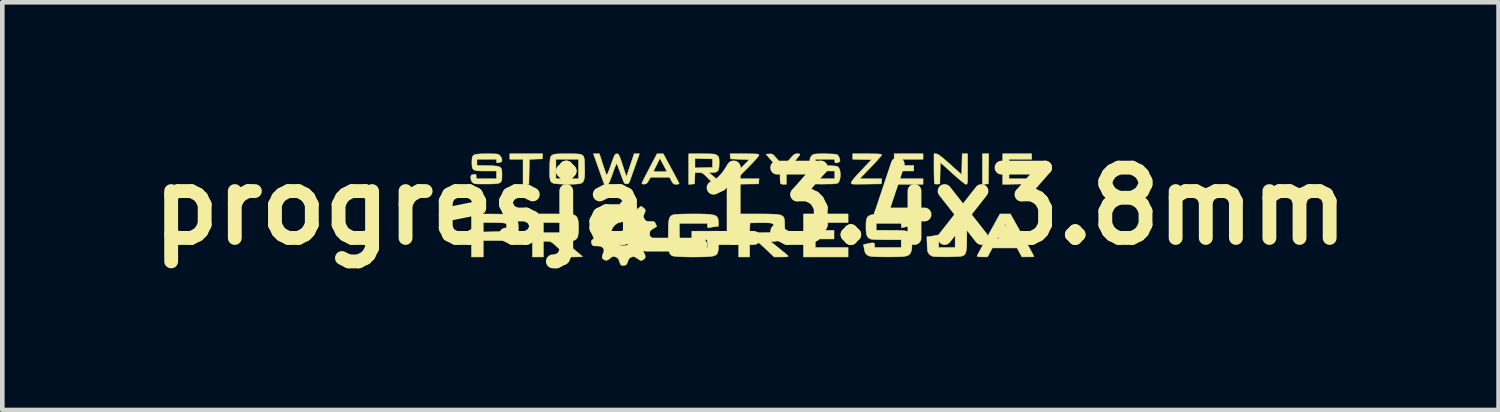
<source format=kicad_pcb>
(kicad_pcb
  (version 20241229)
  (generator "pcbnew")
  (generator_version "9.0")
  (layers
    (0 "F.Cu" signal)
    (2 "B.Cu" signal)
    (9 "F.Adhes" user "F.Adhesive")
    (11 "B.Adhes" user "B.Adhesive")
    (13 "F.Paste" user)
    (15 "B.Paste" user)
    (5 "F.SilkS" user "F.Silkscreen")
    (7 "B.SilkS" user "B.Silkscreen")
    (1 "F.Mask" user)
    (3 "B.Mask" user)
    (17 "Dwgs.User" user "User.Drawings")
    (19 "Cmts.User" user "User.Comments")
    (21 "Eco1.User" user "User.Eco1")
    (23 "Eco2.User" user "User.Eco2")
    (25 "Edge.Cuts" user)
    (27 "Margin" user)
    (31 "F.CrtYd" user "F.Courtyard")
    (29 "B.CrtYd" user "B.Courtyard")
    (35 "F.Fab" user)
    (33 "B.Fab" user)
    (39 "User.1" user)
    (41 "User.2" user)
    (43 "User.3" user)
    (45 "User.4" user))
  (footprint "progresja_13.4x3.8mm"
    (layer "F.Cu")
    (at 13.215 1.418)
    (property "Reference" "progresja_13.4x3.8mm" (at 0 0 0) (layer "F.SilkS") (effects (font (size 1.524 1.524) (thickness 0.3))))
    (attr through_hole)
    (fp_poly (pts (xy 5.161 -0.809) (xy 5.156 -0.483) (xy 5.093 -0.477) (xy 5.029 -0.472) (xy 5.029 -1.135) (xy 5.165 -1.135) (xy 5.161 -0.809)) (stroke (width 0.01) (type solid)) (fill yes) (layer "F.SilkS"))
    (fp_poly (pts (xy -4.513 -1.024) (xy -4.652 -1.02) (xy -4.791 -1.015) (xy -4.801 -0.483) (xy -4.864 -0.477) (xy -4.928 -0.472) (xy -4.928 -1.016) (xy -5.215 -1.016) (xy -5.215 -1.135) (xy -4.502 -1.135) (xy -4.513 -1.024)) (stroke (width 0.01) (type solid)) (fill yes) (layer "F.SilkS"))
    (fp_poly (pts (xy 2.117 0.356) (xy 1.405 0.356) (xy 1.405 0.525) (xy 1.812 0.525) (xy 1.812 0.711) (xy 1.405 0.711) (xy 1.405 0.897) (xy 2.117 0.897) (xy 2.117 1.101) (xy 1.151 1.101) (xy 1.151 0.169) (xy 2.117 0.169) (xy 2.117 0.356)) (stroke (width 0.01) (type solid)) (fill yes) (layer "F.SilkS"))
    (fp_poly (pts (xy 3.742 -1.016) (xy 3.234 -1.016) (xy 3.234 -0.881) (xy 3.539 -0.881) (xy 3.539 -0.762) (xy 3.234 -0.762) (xy 3.234 -0.593) (xy 3.742 -0.593) (xy 3.742 -0.474) (xy 3.116 -0.474) (xy 3.116 -1.135) (xy 3.742 -1.135) (xy 3.742 -1.016)) (stroke (width 0.01) (type solid)) (fill yes) (layer "F.SilkS"))
    (fp_poly (pts (xy 6.096 -1.016) (xy 5.605 -1.016) (xy 5.605 -0.881) (xy 5.91 -0.881) (xy 5.91 -0.762) (xy 5.605 -0.762) (xy 5.605 -0.593) (xy 6.115 -0.593) (xy 6.104 -0.483) (xy 5.469 -0.473) (xy 5.469 -1.135) (xy 6.096 -1.135) (xy 6.096 -1.016)) (stroke (width 0.01) (type solid)) (fill yes) (layer "F.SilkS"))
    (fp_poly (pts (xy -0.017 -1.134) (xy 0.064 -1.133) (xy 0.12 -1.131) (xy 0.156 -1.127) (xy 0.176 -1.122) (xy 0.185 -1.114) (xy 0.186 -1.105) (xy 0.175 -1.085) (xy 0.143 -1.045) (xy 0.094 -0.989) (xy 0.031 -0.922) (xy -0.041 -0.848) (xy -0.055 -0.834) (xy -0.296 -0.593) (xy 0.188 -0.593) (xy 0.178 -0.483) (xy -0.148 -0.478) (xy -0.261 -0.476) (xy -0.344 -0.476) (xy -0.402 -0.477) (xy -0.439 -0.479) (xy -0.461 -0.484) (xy -0.471 -0.492) (xy -0.474 -0.503) (xy -0.474 -0.511) (xy -0.462 -0.539) (xy -0.424 -0.589) (xy -0.36 -0.661) (xy -0.272 -0.755) (xy -0.25 -0.778) (xy -0.025 -1.008) (xy -0.432 -1.024) (xy -0.437 -1.079) (xy -0.442 -1.135) (xy -0.128 -1.135) (xy -0.017 -1.134)) (stroke (width 0.01) (type solid)) (fill yes) (layer "F.SilkS"))
    (fp_poly (pts (xy 2.645 -1.134) (xy 2.729 -1.133) (xy 2.787 -1.13) (xy 2.823 -1.125) (xy 2.841 -1.119) (xy 2.845 -1.112) (xy 2.834 -1.093) (xy 2.802 -1.054) (xy 2.754 -0.999) (xy 2.693 -0.932) (xy 2.622 -0.857) (xy 2.606 -0.841) (xy 2.368 -0.593) (xy 2.847 -0.593) (xy 2.842 -0.538) (xy 2.836 -0.483) (xy 2.51 -0.478) (xy 2.398 -0.477) (xy 2.315 -0.476) (xy 2.257 -0.477) (xy 2.219 -0.479) (xy 2.197 -0.484) (xy 2.187 -0.492) (xy 2.185 -0.503) (xy 2.184 -0.509) (xy 2.197 -0.536) (xy 2.232 -0.584) (xy 2.29 -0.652) (xy 2.369 -0.737) (xy 2.406 -0.776) (xy 2.627 -1.008) (xy 2.423 -1.012) (xy 2.218 -1.017) (xy 2.218 -1.135) (xy 2.532 -1.135) (xy 2.645 -1.134)) (stroke (width 0.01) (type solid)) (fill yes) (layer "F.SilkS"))
    (fp_poly (pts (xy 4.049 -1.129) (xy 4.082 -1.111) (xy 4.127 -1.079) (xy 4.188 -1.029) (xy 4.269 -0.959) (xy 4.327 -0.908) (xy 4.58 -0.681) (xy 4.59 -1.135) (xy 4.707 -1.135) (xy 4.707 -0.804) (xy 4.707 -0.691) (xy 4.707 -0.607) (xy 4.705 -0.548) (xy 4.702 -0.51) (xy 4.697 -0.488) (xy 4.689 -0.477) (xy 4.678 -0.474) (xy 4.673 -0.474) (xy 4.649 -0.485) (xy 4.604 -0.518) (xy 4.541 -0.569) (xy 4.463 -0.636) (xy 4.377 -0.712) (xy 4.116 -0.949) (xy 4.111 -0.716) (xy 4.106 -0.483) (xy 4.055 -0.478) (xy 4.015 -0.478) (xy 3.991 -0.485) (xy 3.988 -0.505) (xy 3.984 -0.553) (xy 3.982 -0.624) (xy 3.98 -0.713) (xy 3.979 -0.813) (xy 3.979 -1.135) (xy 4.026 -1.135) (xy 4.049 -1.129)) (stroke (width 0.01) (type solid)) (fill yes) (layer "F.SilkS"))
    (fp_poly (pts (xy 1.047 -1.134) (xy 1.066 -1.131) (xy 1.072 -1.122) (xy 1.063 -1.102) (xy 1.038 -1.068) (xy 0.995 -1.017) (xy 0.932 -0.944) (xy 0.92 -0.929) (xy 0.779 -0.766) (xy 0.779 -0.474) (xy 0.722 -0.474) (xy 0.681 -0.477) (xy 0.656 -0.485) (xy 0.655 -0.485) (xy 0.649 -0.507) (xy 0.645 -0.553) (xy 0.643 -0.615) (xy 0.643 -0.634) (xy 0.643 -0.77) (xy 0.491 -0.948) (xy 0.339 -1.126) (xy 0.41 -1.131) (xy 0.45 -1.132) (xy 0.48 -1.124) (xy 0.509 -1.1) (xy 0.549 -1.055) (xy 0.596 -1) (xy 0.644 -0.945) (xy 0.67 -0.917) (xy 0.722 -0.859) (xy 0.835 -0.997) (xy 0.887 -1.059) (xy 0.924 -1.098) (xy 0.952 -1.121) (xy 0.978 -1.132) (xy 1.007 -1.134) (xy 1.017 -1.135) (xy 1.047 -1.134)) (stroke (width 0.01) (type solid)) (fill yes) (layer "F.SilkS"))
    (fp_poly (pts (xy 4.691 0.568) (xy 4.69 0.709) (xy 4.688 0.819) (xy 4.684 0.904) (xy 4.677 0.966) (xy 4.666 1.011) (xy 4.651 1.041) (xy 4.63 1.062) (xy 4.603 1.076) (xy 4.587 1.082) (xy 4.554 1.087) (xy 4.495 1.092) (xy 4.416 1.095) (xy 4.326 1.098) (xy 4.231 1.099) (xy 4.138 1.098) (xy 4.056 1.097) (xy 3.991 1.093) (xy 3.952 1.089) (xy 3.915 1.072) (xy 3.877 1.041) (xy 3.876 1.039) (xy 3.857 1.015) (xy 3.844 0.987) (xy 3.837 0.947) (xy 3.832 0.886) (xy 3.83 0.831) (xy 3.824 0.665) (xy 3.897 0.655) (xy 3.959 0.646) (xy 4.016 0.635) (xy 4.026 0.634) (xy 4.081 0.622) (xy 4.081 0.897) (xy 4.437 0.897) (xy 4.437 0.169) (xy 4.691 0.169) (xy 4.691 0.568)) (stroke (width 0.01) (type solid)) (fill yes) (layer "F.SilkS"))
    (fp_poly (pts (xy -5.618 0.171) (xy -5.499 0.172) (xy -5.389 0.174) (xy -5.294 0.176) (xy -5.219 0.179) (xy -5.168 0.182) (xy -5.149 0.184) (xy -5.098 0.211) (xy -5.062 0.262) (xy -5.04 0.338) (xy -5.032 0.427) (xy -5.031 0.502) (xy -5.035 0.572) (xy -5.044 0.624) (xy -5.045 0.629) (xy -5.058 0.666) (xy -5.077 0.694) (xy -5.105 0.715) (xy -5.146 0.729) (xy -5.206 0.738) (xy -5.288 0.743) (xy -5.397 0.745) (xy -5.477 0.745) (xy -5.791 0.745) (xy -5.791 1.101) (xy -6.045 1.101) (xy -6.045 0.356) (xy -5.791 0.356) (xy -5.791 0.56) (xy -5.541 0.555) (xy -5.292 0.55) (xy -5.287 0.464) (xy -5.285 0.413) (xy -5.29 0.386) (xy -5.307 0.373) (xy -5.335 0.366) (xy -5.374 0.362) (xy -5.437 0.359) (xy -5.515 0.356) (xy -5.59 0.356) (xy -5.791 0.356) (xy -6.045 0.356) (xy -6.045 0.169) (xy -5.618 0.171)) (stroke (width 0.01) (type solid)) (fill yes) (layer "F.SilkS"))
    (fp_poly (pts (xy -3.971 -1.135) (xy -3.85 -1.135) (xy -3.758 -1.132) (xy -3.692 -1.125) (xy -3.647 -1.109) (xy -3.619 -1.082) (xy -3.604 -1.039) (xy -3.597 -0.979) (xy -3.594 -0.898) (xy -3.593 -0.853) (xy -3.591 -0.734) (xy -3.595 -0.645) (xy -3.605 -0.58) (xy -3.622 -0.536) (xy -3.647 -0.508) (xy -3.677 -0.493) (xy -3.721 -0.484) (xy -3.789 -0.478) (xy -3.874 -0.475) (xy -3.968 -0.474) (xy -4.063 -0.476) (xy -4.15 -0.481) (xy -4.222 -0.487) (xy -4.27 -0.496) (xy -4.279 -0.499) (xy -4.307 -0.515) (xy -4.327 -0.537) (xy -4.34 -0.571) (xy -4.348 -0.622) (xy -4.351 -0.694) (xy -4.35 -0.792) (xy -4.349 -0.854) (xy -4.347 -0.946) (xy -4.342 -1.015) (xy -4.342 -1.016) (xy -4.216 -1.016) (xy -4.216 -0.593) (xy -3.725 -0.593) (xy -3.725 -1.016) (xy -4.216 -1.016) (xy -4.342 -1.016) (xy -4.331 -1.065) (xy -4.309 -1.098) (xy -4.272 -1.119) (xy -4.216 -1.13) (xy -4.137 -1.134) (xy -4.03 -1.135) (xy -3.971 -1.135)) (stroke (width 0.01) (type solid)) (fill yes) (layer "F.SilkS"))
    (fp_poly (pts (xy -1.719 -0.82) (xy -1.668 -0.726) (xy -1.623 -0.641) (xy -1.586 -0.571) (xy -1.559 -0.52) (xy -1.545 -0.493) (xy -1.544 -0.49) (xy -1.555 -0.48) (xy -1.59 -0.475) (xy -1.605 -0.474) (xy -1.646 -0.477) (xy -1.673 -0.49) (xy -1.696 -0.522) (xy -1.712 -0.55) (xy -1.753 -0.627) (xy -2.165 -0.627) (xy -2.205 -0.555) (xy -2.235 -0.508) (xy -2.264 -0.485) (xy -2.299 -0.477) (xy -2.338 -0.479) (xy -2.354 -0.491) (xy -2.354 -0.491) (xy -2.346 -0.511) (xy -2.325 -0.557) (xy -2.292 -0.622) (xy -2.251 -0.703) (xy -2.224 -0.754) (xy -2.1 -0.754) (xy -2.084 -0.75) (xy -2.042 -0.747) (xy -1.982 -0.745) (xy -1.956 -0.745) (xy -1.891 -0.746) (xy -1.841 -0.748) (xy -1.814 -0.751) (xy -1.812 -0.752) (xy -1.819 -0.769) (xy -1.839 -0.808) (xy -1.868 -0.864) (xy -1.887 -0.898) (xy -1.961 -1.038) (xy -2.03 -0.9) (xy -2.061 -0.839) (xy -2.085 -0.789) (xy -2.098 -0.759) (xy -2.1 -0.754) (xy -2.224 -0.754) (xy -2.203 -0.795) (xy -2.189 -0.822) (xy -2.024 -1.134) (xy -1.888 -1.134) (xy -1.719 -0.82)) (stroke (width 0.01) (type solid)) (fill yes) (layer "F.SilkS"))
    (fp_poly (pts (xy -0.946 -1.134) (xy -0.869 -1.133) (xy -0.814 -1.13) (xy -0.777 -1.125) (xy -0.751 -1.117) (xy -0.731 -1.106) (xy -0.722 -1.099) (xy -0.699 -1.079) (xy -0.686 -1.056) (xy -0.68 -1.022) (xy -0.677 -0.966) (xy -0.677 -0.93) (xy -0.681 -0.843) (xy -0.695 -0.784) (xy -0.723 -0.749) (xy -0.768 -0.732) (xy -0.822 -0.728) (xy -0.9 -0.728) (xy -0.764 -0.614) (xy -0.708 -0.565) (xy -0.663 -0.525) (xy -0.635 -0.496) (xy -0.628 -0.487) (xy -0.642 -0.479) (xy -0.68 -0.475) (xy -0.707 -0.474) (xy -0.745 -0.475) (xy -0.774 -0.482) (xy -0.804 -0.498) (xy -0.839 -0.527) (xy -0.889 -0.575) (xy -0.914 -0.601) (xy -0.971 -0.658) (xy -1.012 -0.695) (xy -1.043 -0.716) (xy -1.072 -0.725) (xy -1.105 -0.728) (xy -1.121 -0.728) (xy -1.201 -0.728) (xy -1.206 -0.605) (xy -1.211 -0.483) (xy -1.274 -0.477) (xy -1.338 -0.472) (xy -1.338 -0.829) (xy -1.202 -0.829) (xy -0.821 -0.838) (xy -0.821 -1.024) (xy -1.012 -1.029) (xy -1.202 -1.034) (xy -1.202 -0.829) (xy -1.338 -0.829) (xy -1.338 -1.135) (xy -1.052 -1.135) (xy -0.946 -1.134)) (stroke (width 0.01) (type solid)) (fill yes) (layer "F.SilkS"))
    (fp_poly (pts (xy 5.891 0.626) (xy 5.954 0.739) (xy 6.012 0.843) (xy 6.062 0.933) (xy 6.102 1.006) (xy 6.13 1.059) (xy 6.145 1.088) (xy 6.147 1.091) (xy 6.131 1.096) (xy 6.09 1.099) (xy 6.031 1.1) (xy 6.016 1.1) (xy 5.884 1.1) (xy 5.78 0.906) (xy 5.244 0.906) (xy 5.139 1.1) (xy 5.024 1.1) (xy 4.96 1.099) (xy 4.924 1.093) (xy 4.913 1.082) (xy 4.914 1.079) (xy 4.923 1.059) (xy 4.947 1.013) (xy 4.983 0.946) (xy 5.029 0.86) (xy 5.083 0.76) (xy 5.115 0.702) (xy 5.351 0.702) (xy 5.367 0.706) (xy 5.409 0.709) (xy 5.47 0.711) (xy 5.512 0.711) (xy 5.581 0.71) (xy 5.635 0.706) (xy 5.667 0.7) (xy 5.673 0.696) (xy 5.665 0.676) (xy 5.645 0.633) (xy 5.615 0.574) (xy 5.594 0.534) (xy 5.516 0.387) (xy 5.474 0.46) (xy 5.441 0.52) (xy 5.408 0.583) (xy 5.379 0.639) (xy 5.359 0.681) (xy 5.351 0.702) (xy 5.351 0.702) (xy 5.115 0.702) (xy 5.144 0.65) (xy 5.164 0.613) (xy 5.409 0.169) (xy 5.635 0.169) (xy 5.891 0.626)) (stroke (width 0.01) (type solid)) (fill yes) (layer "F.SilkS"))
    (fp_poly (pts (xy -4.157 0.17) (xy -4.033 0.173) (xy -3.936 0.176) (xy -3.867 0.181) (xy -3.83 0.188) (xy -3.829 0.188) (xy -3.785 0.211) (xy -3.755 0.248) (xy -3.736 0.304) (xy -3.727 0.384) (xy -3.725 0.464) (xy -3.728 0.568) (xy -3.738 0.644) (xy -3.759 0.696) (xy -3.795 0.73) (xy -3.849 0.75) (xy -3.924 0.761) (xy -3.932 0.762) (xy -4.029 0.77) (xy -3.835 0.929) (xy -3.767 0.985) (xy -3.709 1.033) (xy -3.666 1.07) (xy -3.643 1.091) (xy -3.641 1.094) (xy -3.656 1.097) (xy -3.699 1.099) (xy -3.76 1.1) (xy -3.799 1.101) (xy -3.957 1.101) (xy -4.139 0.931) (xy -4.209 0.866) (xy -4.261 0.82) (xy -4.299 0.79) (xy -4.329 0.772) (xy -4.355 0.764) (xy -4.385 0.762) (xy -4.404 0.762) (xy -4.487 0.762) (xy -4.487 1.101) (xy -4.724 1.101) (xy -4.724 0.356) (xy -4.487 0.356) (xy -4.487 0.576) (xy -4.252 0.576) (xy -4.164 0.575) (xy -4.087 0.573) (xy -4.028 0.57) (xy -3.993 0.567) (xy -3.989 0.565) (xy -3.971 0.547) (xy -3.963 0.504) (xy -3.962 0.472) (xy -3.965 0.421) (xy -3.974 0.392) (xy -3.995 0.376) (xy -4.006 0.372) (xy -4.039 0.366) (xy -4.098 0.361) (xy -4.174 0.357) (xy -4.261 0.356) (xy -4.268 0.356) (xy -4.487 0.356) (xy -4.724 0.356) (xy -4.724 0.169) (xy -4.304 0.169) (xy -4.157 0.17)) (stroke (width 0.01) (type solid)) (fill yes) (layer "F.SilkS"))
    (fp_poly (pts (xy -1.083 0.17) (xy -0.964 0.173) (xy -0.872 0.18) (xy -0.804 0.191) (xy -0.755 0.208) (xy -0.723 0.232) (xy -0.705 0.265) (xy -0.696 0.307) (xy -0.694 0.361) (xy -0.694 0.436) (xy -0.79 0.448) (xy -0.847 0.456) (xy -0.891 0.465) (xy -0.909 0.469) (xy -0.925 0.464) (xy -0.931 0.431) (xy -0.931 0.425) (xy -0.931 0.373) (xy -1.542 0.373) (xy -1.537 0.631) (xy -1.532 0.889) (xy -0.931 0.898) (xy -0.931 0.728) (xy -1.27 0.728) (xy -1.27 0.542) (xy -0.694 0.542) (xy -0.693 0.699) (xy -0.692 0.814) (xy -0.694 0.901) (xy -0.699 0.964) (xy -0.71 1.007) (xy -0.726 1.037) (xy -0.75 1.058) (xy -0.782 1.074) (xy -0.788 1.077) (xy -0.826 1.085) (xy -0.89 1.092) (xy -0.976 1.097) (xy -1.076 1.1) (xy -1.185 1.102) (xy -1.297 1.102) (xy -1.406 1.1) (xy -1.506 1.097) (xy -1.591 1.092) (xy -1.655 1.085) (xy -1.692 1.077) (xy -1.694 1.076) (xy -1.722 1.058) (xy -1.743 1.034) (xy -1.758 1.001) (xy -1.769 0.953) (xy -1.775 0.887) (xy -1.778 0.797) (xy -1.78 0.679) (xy -1.78 0.632) (xy -1.779 0.503) (xy -1.776 0.403) (xy -1.77 0.328) (xy -1.759 0.274) (xy -1.744 0.237) (xy -1.722 0.212) (xy -1.693 0.195) (xy -1.674 0.188) (xy -1.638 0.182) (xy -1.57 0.176) (xy -1.475 0.172) (xy -1.356 0.17) (xy -1.233 0.169) (xy -1.083 0.17)) (stroke (width 0.01) (type solid)) (fill yes) (layer "F.SilkS"))
    (fp_poly (pts (xy 0.318 0.17) (xy 0.435 0.172) (xy 0.527 0.176) (xy 0.596 0.182) (xy 0.646 0.192) (xy 0.682 0.205) (xy 0.706 0.223) (xy 0.723 0.246) (xy 0.727 0.251) (xy 0.735 0.285) (xy 0.741 0.342) (xy 0.744 0.415) (xy 0.745 0.494) (xy 0.742 0.569) (xy 0.738 0.632) (xy 0.73 0.672) (xy 0.728 0.678) (xy 0.692 0.719) (xy 0.632 0.746) (xy 0.545 0.761) (xy 0.538 0.762) (xy 0.441 0.77) (xy 0.62 0.914) (xy 0.687 0.969) (xy 0.746 1.017) (xy 0.79 1.055) (xy 0.814 1.077) (xy 0.816 1.079) (xy 0.818 1.09) (xy 0.799 1.096) (xy 0.757 1.1) (xy 0.685 1.101) (xy 0.674 1.101) (xy 0.515 1.101) (xy 0.335 0.931) (xy 0.265 0.866) (xy 0.214 0.819) (xy 0.176 0.79) (xy 0.147 0.772) (xy 0.12 0.764) (xy 0.09 0.762) (xy 0.069 0.762) (xy -0.017 0.762) (xy -0.017 1.101) (xy -0.254 1.101) (xy -0.254 0.576) (xy -0.019 0.576) (xy 0.218 0.576) (xy 0.306 0.575) (xy 0.383 0.573) (xy 0.442 0.57) (xy 0.477 0.567) (xy 0.481 0.565) (xy 0.499 0.547) (xy 0.507 0.504) (xy 0.508 0.472) (xy 0.506 0.421) (xy 0.497 0.392) (xy 0.475 0.377) (xy 0.463 0.372) (xy 0.429 0.365) (xy 0.37 0.361) (xy 0.293 0.359) (xy 0.208 0.359) (xy 0.205 0.359) (xy -0.008 0.364) (xy -0.014 0.47) (xy -0.019 0.576) (xy -0.254 0.576) (xy -0.254 0.169) (xy 0.17 0.169) (xy 0.318 0.17)) (stroke (width 0.01) (type solid)) (fill yes) (layer "F.SilkS"))
    (fp_poly (pts (xy -5.616 -1.134) (xy -5.548 -1.133) (xy -5.502 -1.13) (xy -5.471 -1.124) (xy -5.45 -1.114) (xy -5.433 -1.099) (xy -5.426 -1.093) (xy -5.4 -1.054) (xy -5.386 -1.011) (xy -5.387 -0.975) (xy -5.397 -0.96) (xy -5.422 -0.951) (xy -5.457 -0.942) (xy -5.49 -0.938) (xy -5.502 -0.952) (xy -5.503 -0.973) (xy -5.503 -1.016) (xy -5.927 -1.016) (xy -5.927 -0.883) (xy -5.691 -0.878) (xy -5.583 -0.874) (xy -5.503 -0.868) (xy -5.449 -0.856) (xy -5.414 -0.836) (xy -5.395 -0.804) (xy -5.387 -0.757) (xy -5.385 -0.692) (xy -5.385 -0.677) (xy -5.386 -0.609) (xy -5.392 -0.559) (xy -5.409 -0.524) (xy -5.44 -0.502) (xy -5.489 -0.489) (xy -5.563 -0.483) (xy -5.664 -0.48) (xy -5.696 -0.48) (xy -5.785 -0.48) (xy -5.865 -0.48) (xy -5.929 -0.482) (xy -5.967 -0.485) (xy -5.973 -0.485) (xy -6.012 -0.505) (xy -6.037 -0.53) (xy -6.054 -0.568) (xy -6.061 -0.612) (xy -6.059 -0.652) (xy -6.048 -0.675) (xy -6.041 -0.678) (xy -6.008 -0.682) (xy -5.982 -0.688) (xy -5.955 -0.691) (xy -5.945 -0.674) (xy -5.944 -0.645) (xy -5.944 -0.593) (xy -5.503 -0.593) (xy -5.503 -0.762) (xy -5.738 -0.762) (xy -5.845 -0.763) (xy -5.923 -0.767) (xy -5.976 -0.779) (xy -6.01 -0.799) (xy -6.028 -0.832) (xy -6.035 -0.881) (xy -6.037 -0.948) (xy -6.037 -0.952) (xy -6.035 -1.015) (xy -6.028 -1.062) (xy -6.01 -1.094) (xy -5.977 -1.115) (xy -5.925 -1.127) (xy -5.85 -1.133) (xy -5.746 -1.134) (xy -5.712 -1.135) (xy -5.616 -1.134)) (stroke (width 0.01) (type solid)) (fill yes) (layer "F.SilkS"))
    (fp_poly (pts (xy -3.201 -0.91) (xy -3.174 -0.828) (xy -3.15 -0.757) (xy -3.131 -0.704) (xy -3.118 -0.675) (xy -3.117 -0.672) (xy -3.107 -0.682) (xy -3.089 -0.72) (xy -3.064 -0.779) (xy -3.036 -0.854) (xy -3.021 -0.897) (xy -2.989 -0.989) (xy -2.965 -1.053) (xy -2.946 -1.096) (xy -2.931 -1.12) (xy -2.916 -1.131) (xy -2.899 -1.134) (xy -2.895 -1.135) (xy -2.879 -1.133) (xy -2.864 -1.124) (xy -2.85 -1.103) (xy -2.833 -1.067) (xy -2.811 -1.009) (xy -2.783 -0.925) (xy -2.77 -0.885) (xy -2.687 -0.635) (xy -2.604 -0.885) (xy -2.52 -1.135) (xy -2.405 -1.135) (xy -2.5 -0.868) (xy -2.533 -0.774) (xy -2.564 -0.687) (xy -2.59 -0.614) (xy -2.608 -0.561) (xy -2.615 -0.542) (xy -2.635 -0.501) (xy -2.66 -0.485) (xy -2.686 -0.483) (xy -2.706 -0.484) (xy -2.722 -0.491) (xy -2.737 -0.51) (xy -2.754 -0.545) (xy -2.776 -0.601) (xy -2.806 -0.683) (xy -2.811 -0.698) (xy -2.84 -0.778) (xy -2.865 -0.846) (xy -2.885 -0.895) (xy -2.896 -0.921) (xy -2.898 -0.923) (xy -2.907 -0.911) (xy -2.924 -0.874) (xy -2.948 -0.815) (xy -2.975 -0.741) (xy -2.981 -0.724) (xy -3.009 -0.645) (xy -3.035 -0.576) (xy -3.056 -0.524) (xy -3.069 -0.497) (xy -3.07 -0.495) (xy -3.098 -0.479) (xy -3.127 -0.474) (xy -3.161 -0.482) (xy -3.175 -0.495) (xy -3.185 -0.523) (xy -3.202 -0.569) (xy -3.21 -0.593) (xy -3.226 -0.637) (xy -3.25 -0.704) (xy -3.279 -0.787) (xy -3.311 -0.877) (xy -3.32 -0.902) (xy -3.403 -1.135) (xy -3.273 -1.135) (xy -3.201 -0.91)) (stroke (width 0.01) (type solid)) (fill yes) (layer "F.SilkS"))
    (fp_poly (pts (xy 2.969 0.172) (xy 3.025 0.172) (xy 3.386 0.178) (xy 3.431 0.222) (xy 3.47 0.283) (xy 3.484 0.344) (xy 3.492 0.42) (xy 3.384 0.444) (xy 3.277 0.468) (xy 3.271 0.42) (xy 3.266 0.373) (xy 2.726 0.373) (xy 2.726 0.522) (xy 3.052 0.524) (xy 3.176 0.525) (xy 3.271 0.528) (xy 3.341 0.534) (xy 3.392 0.544) (xy 3.427 0.559) (xy 3.451 0.58) (xy 3.469 0.609) (xy 3.481 0.636) (xy 3.496 0.693) (xy 3.503 0.771) (xy 3.502 0.856) (xy 3.495 0.934) (xy 3.483 0.982) (xy 3.468 1.018) (xy 3.448 1.045) (xy 3.419 1.066) (xy 3.377 1.081) (xy 3.317 1.091) (xy 3.236 1.097) (xy 3.13 1.099) (xy 2.994 1.1) (xy 2.98 1.1) (xy 2.846 1.099) (xy 2.742 1.097) (xy 2.664 1.093) (xy 2.609 1.087) (xy 2.572 1.08) (xy 2.562 1.076) (xy 2.519 1.05) (xy 2.49 1.014) (xy 2.472 0.959) (xy 2.464 0.912) (xy 2.452 0.833) (xy 2.539 0.815) (xy 2.611 0.8) (xy 2.656 0.796) (xy 2.681 0.804) (xy 2.691 0.823) (xy 2.692 0.847) (xy 2.692 0.897) (xy 3.268 0.897) (xy 3.268 0.728) (xy 2.956 0.728) (xy 2.854 0.727) (xy 2.761 0.725) (xy 2.683 0.721) (xy 2.628 0.717) (xy 2.601 0.712) (xy 2.559 0.688) (xy 2.53 0.65) (xy 2.513 0.593) (xy 2.505 0.511) (xy 2.505 0.463) (xy 2.505 0.379) (xy 2.511 0.313) (xy 2.524 0.262) (xy 2.549 0.224) (xy 2.589 0.199) (xy 2.647 0.182) (xy 2.728 0.174) (xy 2.834 0.171) (xy 2.969 0.172)) (stroke (width 0.01) (type solid)) (fill yes) (layer "F.SilkS"))
    (fp_poly (pts (xy 1.698 -1.133) (xy 1.777 -1.13) (xy 1.838 -1.125) (xy 1.874 -1.12) (xy 1.879 -1.118) (xy 1.904 -1.093) (xy 1.925 -1.052) (xy 1.939 -1.009) (xy 1.941 -0.975) (xy 1.936 -0.966) (xy 1.91 -0.952) (xy 1.875 -0.942) (xy 1.842 -0.937) (xy 1.83 -0.952) (xy 1.829 -0.973) (xy 1.829 -1.016) (xy 1.405 -1.016) (xy 1.405 -0.884) (xy 1.644 -0.878) (xy 1.739 -0.875) (xy 1.806 -0.872) (xy 1.85 -0.868) (xy 1.879 -0.861) (xy 1.898 -0.85) (xy 1.913 -0.835) (xy 1.915 -0.832) (xy 1.937 -0.785) (xy 1.948 -0.718) (xy 1.948 -0.644) (xy 1.938 -0.576) (xy 1.917 -0.526) (xy 1.915 -0.523) (xy 1.901 -0.507) (xy 1.884 -0.496) (xy 1.859 -0.489) (xy 1.819 -0.484) (xy 1.759 -0.481) (xy 1.673 -0.48) (xy 1.631 -0.479) (xy 1.541 -0.478) (xy 1.461 -0.479) (xy 1.399 -0.481) (xy 1.362 -0.484) (xy 1.355 -0.485) (xy 1.3 -0.521) (xy 1.273 -0.576) (xy 1.27 -0.612) (xy 1.275 -0.658) (xy 1.289 -0.677) (xy 1.291 -0.678) (xy 1.324 -0.682) (xy 1.35 -0.688) (xy 1.377 -0.691) (xy 1.387 -0.674) (xy 1.389 -0.645) (xy 1.389 -0.593) (xy 1.829 -0.593) (xy 1.829 -0.762) (xy 1.596 -0.762) (xy 1.51 -0.763) (xy 1.435 -0.766) (xy 1.379 -0.769) (xy 1.348 -0.774) (xy 1.345 -0.775) (xy 1.311 -0.817) (xy 1.291 -0.888) (xy 1.287 -0.956) (xy 1.29 -1.017) (xy 1.301 -1.057) (xy 1.325 -1.089) (xy 1.328 -1.093) (xy 1.346 -1.109) (xy 1.366 -1.121) (xy 1.393 -1.128) (xy 1.433 -1.132) (xy 1.494 -1.134) (xy 1.58 -1.135) (xy 1.609 -1.135) (xy 1.698 -1.133)) (stroke (width 0.01) (type solid)) (fill yes) (layer "F.SilkS"))
    (fp_poly (pts (xy -2.732 -0.099) (xy -2.701 -0.09) (xy -2.68 -0.068) (xy -2.661 -0.024) (xy -2.656 -0.009) (xy -2.635 0.044) (xy -2.611 0.075) (xy -2.575 0.093) (xy -2.572 0.094) (xy -2.537 0.103) (xy -2.508 0.099) (xy -2.473 0.08) (xy -2.442 0.057) (xy -2.369 0.000459) (xy -2.319 0.037) (xy -2.289 0.064) (xy -2.278 0.092) (xy -2.286 0.132) (xy -2.31 0.186) (xy -2.321 0.221) (xy -2.312 0.254) (xy -2.296 0.281) (xy -2.274 0.312) (xy -2.249 0.327) (xy -2.211 0.332) (xy -2.17 0.332) (xy -2.116 0.332) (xy -2.086 0.339) (xy -2.068 0.357) (xy -2.054 0.386) (xy -2.031 0.441) (xy -2.107 0.487) (xy -2.153 0.518) (xy -2.175 0.544) (xy -2.183 0.577) (xy -2.184 0.596) (xy -2.179 0.644) (xy -2.158 0.672) (xy -2.146 0.679) (xy -2.104 0.706) (xy -2.072 0.732) (xy -2.047 0.762) (xy -2.046 0.794) (xy -2.052 0.814) (xy -2.064 0.842) (xy -2.082 0.857) (xy -2.115 0.863) (xy -2.166 0.864) (xy -2.223 0.865) (xy -2.259 0.874) (xy -2.284 0.893) (xy -2.298 0.911) (xy -2.32 0.948) (xy -2.321 0.977) (xy -2.312 1) (xy -2.284 1.063) (xy -2.279 1.107) (xy -2.296 1.139) (xy -2.322 1.158) (xy -2.353 1.175) (xy -2.377 1.179) (xy -2.404 1.166) (xy -2.446 1.137) (xy -2.491 1.107) (xy -2.524 1.095) (xy -2.557 1.098) (xy -2.576 1.103) (xy -2.614 1.12) (xy -2.638 1.148) (xy -2.658 1.199) (xy -2.659 1.2) (xy -2.676 1.247) (xy -2.695 1.272) (xy -2.724 1.281) (xy -2.745 1.284) (xy -2.788 1.283) (xy -2.811 1.269) (xy -2.824 1.241) (xy -2.842 1.193) (xy -2.853 1.157) (xy -2.879 1.123) (xy -2.923 1.1) (xy -2.966 1.089) (xy -2.995 1.095) (xy -3.02 1.114) (xy -3.075 1.158) (xy -3.12 1.175) (xy -3.16 1.167) (xy -3.175 1.158) (xy -3.204 1.134) (xy -3.215 1.106) (xy -3.208 1.066) (xy -3.19 1.017) (xy -3.175 0.973) (xy -3.174 0.945) (xy -3.188 0.917) (xy -3.195 0.907) (xy -3.217 0.883) (xy -3.247 0.87) (xy -3.293 0.865) (xy -3.324 0.864) (xy -3.38 0.862) (xy -3.411 0.856) (xy -3.429 0.84) (xy -3.439 0.818) (xy -3.449 0.776) (xy -3.44 0.743) (xy -3.406 0.713) (xy -3.371 0.691) (xy -3.328 0.663) (xy -3.308 0.637) (xy -3.306 0.622) (xy -3.02 0.622) (xy -2.999 0.698) (xy -2.955 0.765) (xy -2.892 0.819) (xy -2.81 0.853) (xy -2.743 0.862) (xy -2.702 0.855) (xy -2.649 0.837) (xy -2.624 0.826) (xy -2.546 0.77) (xy -2.495 0.698) (xy -2.473 0.615) (xy -2.482 0.526) (xy -2.5 0.481) (xy -2.549 0.414) (xy -2.618 0.367) (xy -2.7 0.342) (xy -2.787 0.34) (xy -2.87 0.363) (xy -2.928 0.399) (xy -2.987 0.467) (xy -3.017 0.543) (xy -3.02 0.622) (xy -3.306 0.622) (xy -3.302 0.599) (xy -3.302 0.588) (xy -3.307 0.542) (xy -3.323 0.525) (xy -3.324 0.525) (xy -3.349 0.515) (xy -3.388 0.489) (xy -3.403 0.477) (xy -3.437 0.446) (xy -3.449 0.424) (xy -3.443 0.398) (xy -3.435 0.38) (xy -3.418 0.35) (xy -3.395 0.336) (xy -3.355 0.33) (xy -3.324 0.33) (xy -3.268 0.327) (xy -3.233 0.315) (xy -3.206 0.29) (xy -3.2 0.283) (xy -3.179 0.254) (xy -3.172 0.23) (xy -3.179 0.198) (xy -3.194 0.158) (xy -3.211 0.111) (xy -3.215 0.084) (xy -3.205 0.066) (xy -3.185 0.048) (xy -3.15 0.025) (xy -3.119 0.02) (xy -3.082 0.035) (xy -3.043 0.06) (xy -2.994 0.088) (xy -2.95 0.095) (xy -2.921 0.092) (xy -2.882 0.081) (xy -2.861 0.06) (xy -2.846 0.018) (xy -2.843 0.007) (xy -2.821 -0.056) (xy -2.792 -0.09) (xy -2.751 -0.1) (xy -2.732 -0.099)) (stroke (width 0.01) (type solid)) (fill yes) (layer "F.SilkS")))
  (gr_rect
    (start -3 -3)
    (end 29.431 5.836)
    (stroke (width 0.1) (type default))
    (fill no)
    (layer "Edge.Cuts")))
</source>
